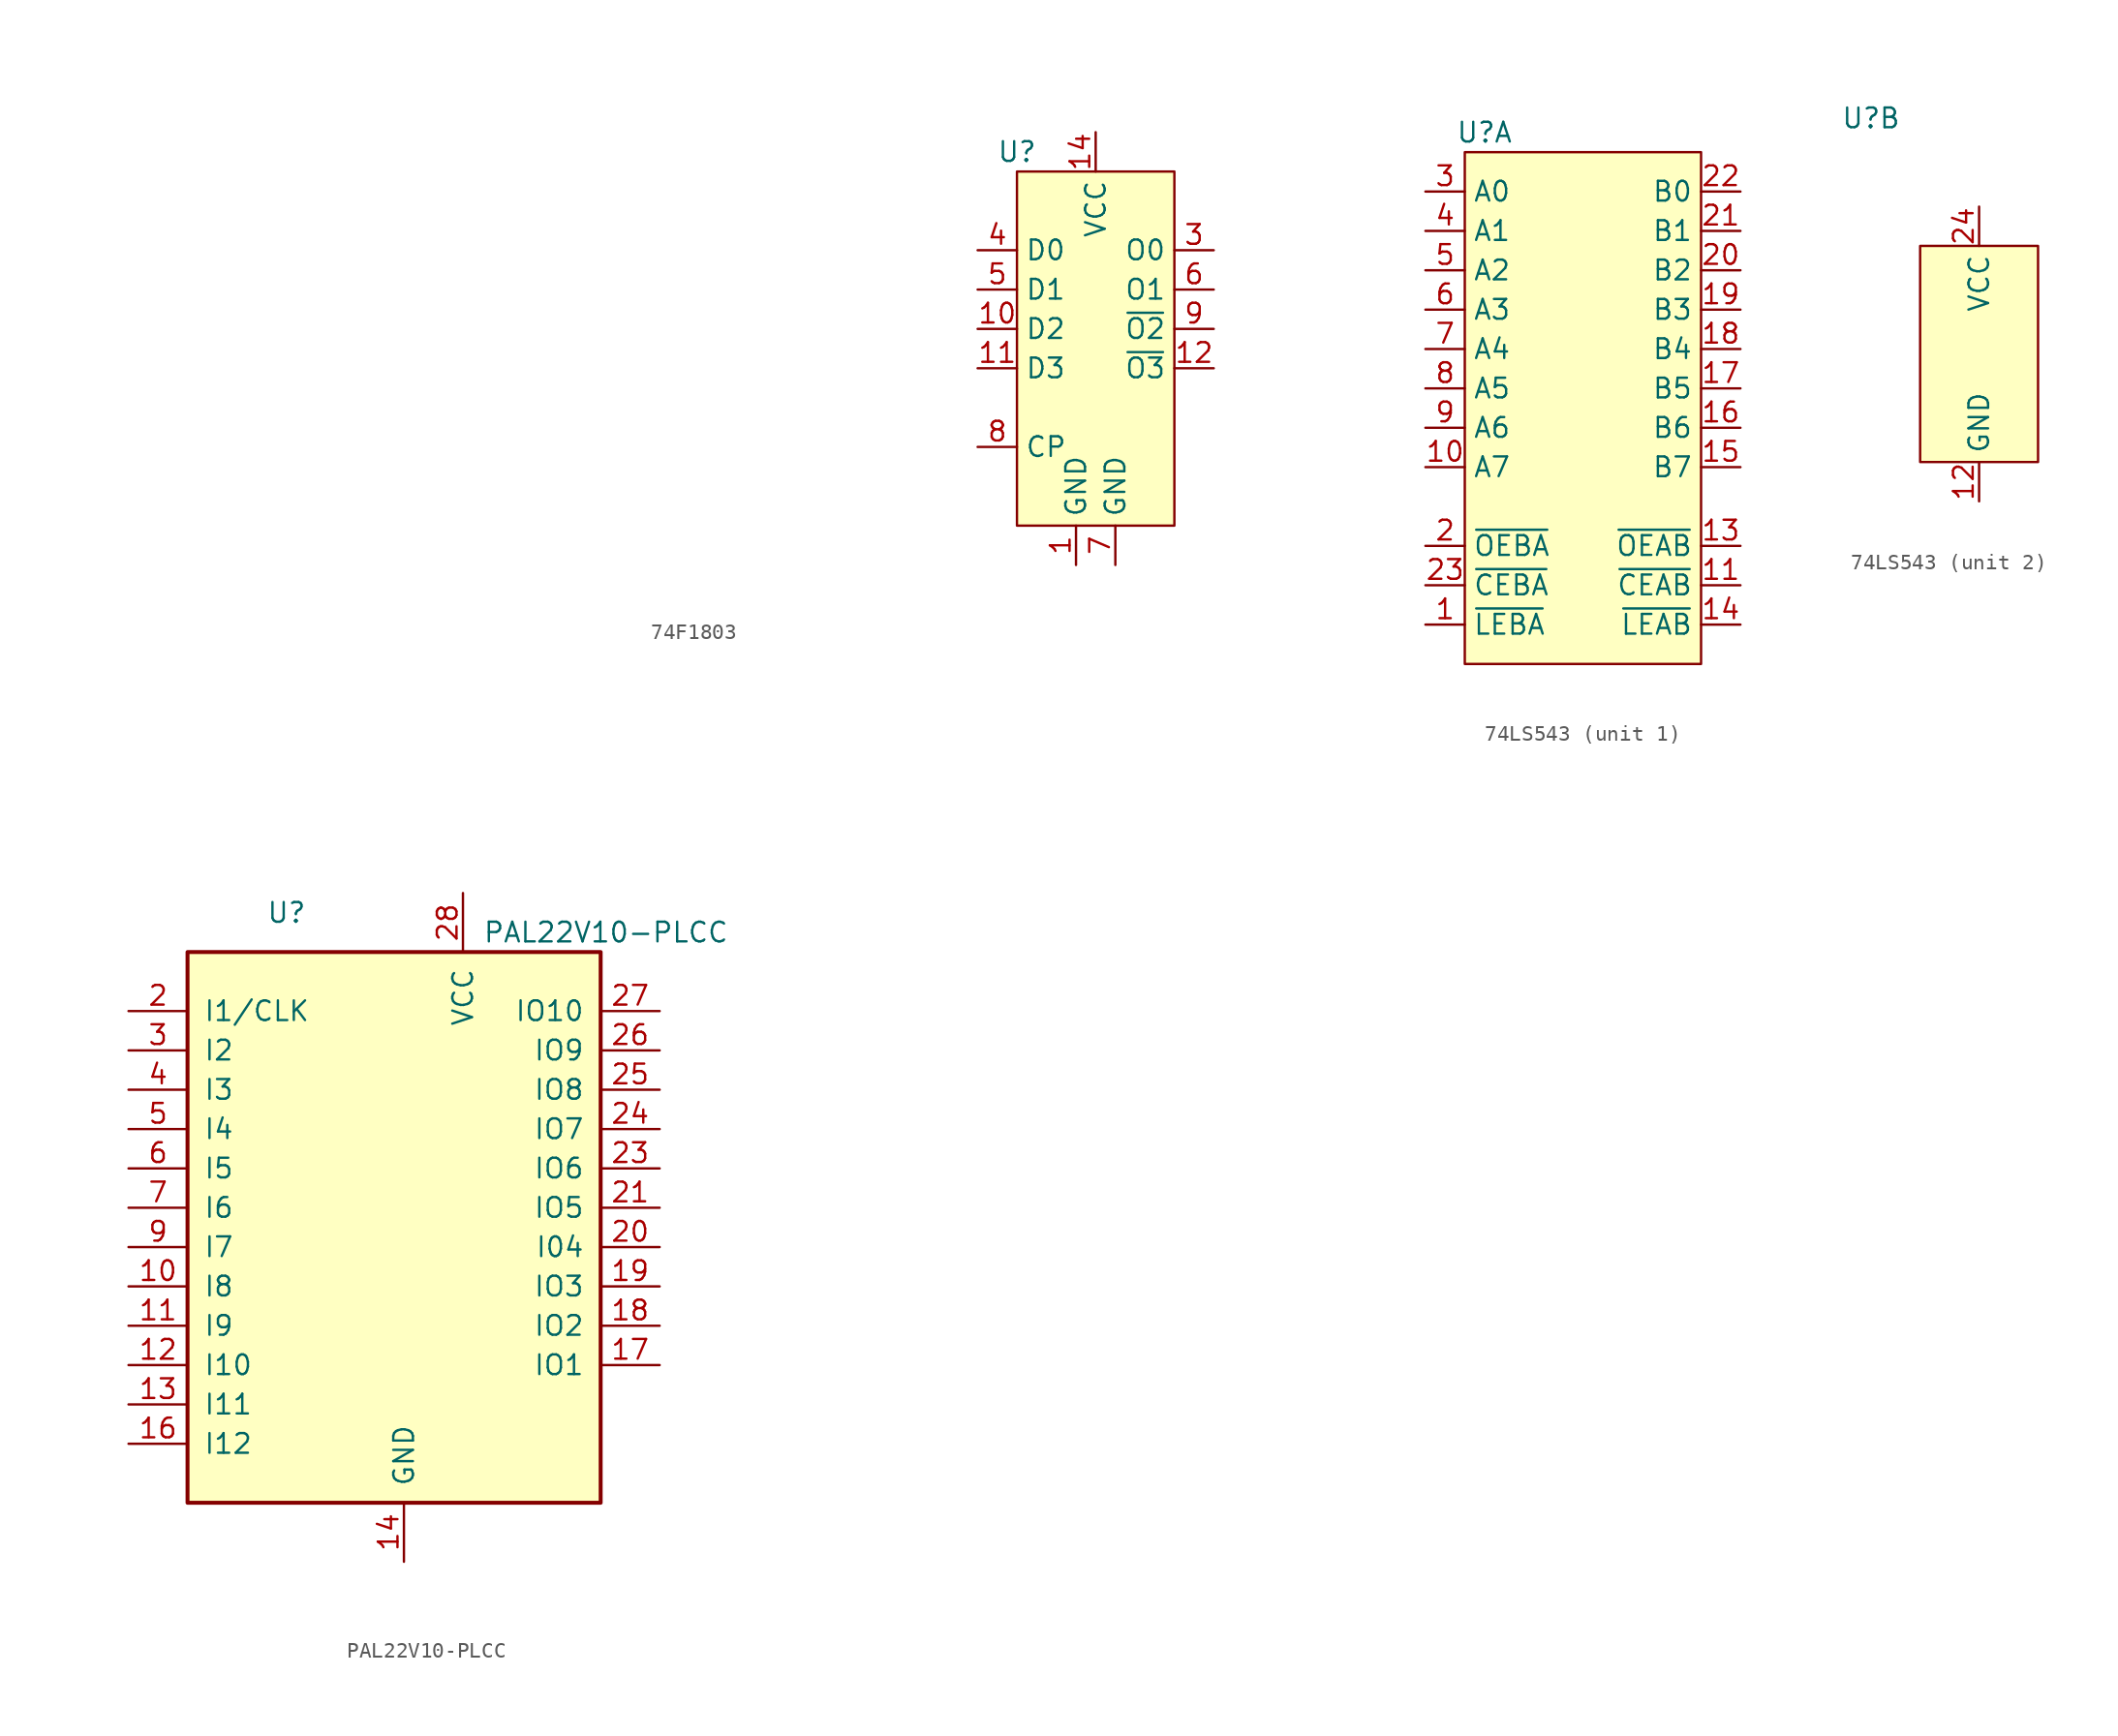
<source format=kicad_sym>
(kicad_symbol_lib
  (version 20220914)
  (generator kicad_symbol_editor)
  (symbol "74F1803"
    (property "Reference" "U"
      (at -5.08 11.43 0)
      (effects (font (size 1.27 1.27))))
    (property "Value" ""
      (at -59.69 13.97 0)
      (effects (font (size 1.27 1.27))))
    (symbol "74F1803_0_0"
      (pin power_in line (at -1.27 -15.24 90) (length 2.54) (name "GND" (effects (font (size 1.27 1.27)))) (number "1" (effects (font (size 1.27 1.27)))))
      (pin input line (at -7.62 0 0) (length 2.54) (name "D2" (effects (font (size 1.27 1.27)))) (number "10" (effects (font (size 1.27 1.27)))))
      (pin input line (at -7.62 -2.54 0) (length 2.54) (name "D3" (effects (font (size 1.27 1.27)))) (number "11" (effects (font (size 1.27 1.27)))))
      (pin output line (at 7.62 -2.54 180) (length 2.54) (name "~{O3}" (effects (font (size 1.27 1.27)))) (number "12" (effects (font (size 1.27 1.27)))))
      (pin power_in line (at 0 12.7 270) (length 2.54) (name "VCC" (effects (font (size 1.27 1.27)))) (number "14" (effects (font (size 1.27 1.27)))))
      (pin output line (at 7.62 5.08 180) (length 2.54) (name "O0" (effects (font (size 1.27 1.27)))) (number "3" (effects (font (size 1.27 1.27)))))
      (pin input line (at -7.62 5.08 0) (length 2.54) (name "D0" (effects (font (size 1.27 1.27)))) (number "4" (effects (font (size 1.27 1.27)))))
      (pin input line (at -7.62 2.54 0) (length 2.54) (name "D1" (effects (font (size 1.27 1.27)))) (number "5" (effects (font (size 1.27 1.27)))))
      (pin output line (at 7.62 2.54 180) (length 2.54) (name "O1" (effects (font (size 1.27 1.27)))) (number "6" (effects (font (size 1.27 1.27)))))
      (pin power_in line (at 1.27 -15.24 90) (length 2.54) (name "GND" (effects (font (size 1.27 1.27)))) (number "7" (effects (font (size 1.27 1.27)))))
      (pin input line (at -7.62 -7.62 0) (length 2.54) (name "CP" (effects (font (size 1.27 1.27)))) (number "8" (effects (font (size 1.27 1.27)))))
      (pin output line (at 7.62 0 180) (length 2.54) (name "~{O2}" (effects (font (size 1.27 1.27)))) (number "9" (effects (font (size 1.27 1.27))))))
    (symbol "74F1803_1_0"
      (pin no_connect line (at 7.62 -7.62 180) (length 2.54) hide (name "NC" (effects (font (size 1.27 1.27)))) (number "13" (effects (font (size 1.27 1.27)))))
      (pin no_connect line (at 7.62 -5.08 180) (length 2.54) hide (name "NC" (effects (font (size 1.27 1.27)))) (number "2" (effects (font (size 1.27 1.27))))))
    (symbol "74F1803_1_1"
      (rectangle (start -5.08 10.16) (end 5.08 -12.7) (stroke (width 0) (type default)) (fill (type background)))))
  (symbol "74LS543"
    (property "Reference" "U"
      (at -6.985 15.24 0)
      (effects (font (size 1.27 1.27))))
    (property "Value" ""
      (at 0 0 0)
      (effects (font (size 1.27 1.27))))
    (property "ki_locked" ""
      (at 0 0 0)
      (effects (font (size 1.27 1.27))))
    (symbol "74LS543_1_1"
      (rectangle (start -8.255 13.97) (end 6.985 -19.05) (stroke (width 0) (type default)) (fill (type background)))
      (pin input line (at -10.795 -16.51 0) (length 2.54) (name "~{LEBA}" (effects (font (size 1.27 1.27)))) (number "1" (effects (font (size 1.27 1.27)))))
      (pin tri_state line (at -10.795 -6.35 0) (length 2.54) (name "A7" (effects (font (size 1.27 1.27)))) (number "10" (effects (font (size 1.27 1.27)))))
      (pin input line (at 9.525 -13.97 180) (length 2.54) (name "~{CEAB}" (effects (font (size 1.27 1.27)))) (number "11" (effects (font (size 1.27 1.27)))))
      (pin input line (at 9.525 -11.43 180) (length 2.54) (name "~{OEAB}" (effects (font (size 1.27 1.27)))) (number "13" (effects (font (size 1.27 1.27)))))
      (pin input line (at 9.525 -16.51 180) (length 2.54) (name "~{LEAB}" (effects (font (size 1.27 1.27)))) (number "14" (effects (font (size 1.27 1.27)))))
      (pin tri_state line (at 9.525 -6.35 180) (length 2.54) (name "B7" (effects (font (size 1.27 1.27)))) (number "15" (effects (font (size 1.27 1.27)))))
      (pin tri_state line (at 9.525 -3.81 180) (length 2.54) (name "B6" (effects (font (size 1.27 1.27)))) (number "16" (effects (font (size 1.27 1.27)))))
      (pin tri_state line (at 9.525 -1.27 180) (length 2.54) (name "B5" (effects (font (size 1.27 1.27)))) (number "17" (effects (font (size 1.27 1.27)))))
      (pin tri_state line (at 9.525 1.27 180) (length 2.54) (name "B4" (effects (font (size 1.27 1.27)))) (number "18" (effects (font (size 1.27 1.27)))))
      (pin tri_state line (at 9.525 3.81 180) (length 2.54) (name "B3" (effects (font (size 1.27 1.27)))) (number "19" (effects (font (size 1.27 1.27)))))
      (pin input line (at -10.795 -11.43 0) (length 2.54) (name "~{OEBA}" (effects (font (size 1.27 1.27)))) (number "2" (effects (font (size 1.27 1.27)))))
      (pin tri_state line (at 9.525 6.35 180) (length 2.54) (name "B2" (effects (font (size 1.27 1.27)))) (number "20" (effects (font (size 1.27 1.27)))))
      (pin tri_state line (at 9.525 8.89 180) (length 2.54) (name "B1" (effects (font (size 1.27 1.27)))) (number "21" (effects (font (size 1.27 1.27)))))
      (pin tri_state line (at 9.525 11.43 180) (length 2.54) (name "B0" (effects (font (size 1.27 1.27)))) (number "22" (effects (font (size 1.27 1.27)))))
      (pin input line (at -10.795 -13.97 0) (length 2.54) (name "~{CEBA}" (effects (font (size 1.27 1.27)))) (number "23" (effects (font (size 1.27 1.27)))))
      (pin tri_state line (at -10.795 11.43 0) (length 2.54) (name "A0" (effects (font (size 1.27 1.27)))) (number "3" (effects (font (size 1.27 1.27)))))
      (pin tri_state line (at -10.795 8.89 0) (length 2.54) (name "A1" (effects (font (size 1.27 1.27)))) (number "4" (effects (font (size 1.27 1.27)))))
      (pin tri_state line (at -10.795 6.35 0) (length 2.54) (name "A2" (effects (font (size 1.27 1.27)))) (number "5" (effects (font (size 1.27 1.27)))))
      (pin tri_state line (at -10.795 3.81 0) (length 2.54) (name "A3" (effects (font (size 1.27 1.27)))) (number "6" (effects (font (size 1.27 1.27)))))
      (pin tri_state line (at -10.795 1.27 0) (length 2.54) (name "A4" (effects (font (size 1.27 1.27)))) (number "7" (effects (font (size 1.27 1.27)))))
      (pin tri_state line (at -10.795 -1.27 0) (length 2.54) (name "A5" (effects (font (size 1.27 1.27)))) (number "8" (effects (font (size 1.27 1.27)))))
      (pin tri_state line (at -10.795 -3.81 0) (length 2.54) (name "A6" (effects (font (size 1.27 1.27)))) (number "9" (effects (font (size 1.27 1.27))))))
    (symbol "74LS543_2_1"
      (rectangle (start -3.81 6.985) (end 3.81 -6.985) (stroke (width 0) (type default)) (fill (type background)))
      (pin power_in line (at 0 -9.525 90) (length 2.54) (name "GND" (effects (font (size 1.27 1.27)))) (number "12" (effects (font (size 1.27 1.27)))))
      (pin power_in line (at 0 9.525 270) (length 2.54) (name "VCC" (effects (font (size 1.27 1.27)))) (number "24" (effects (font (size 1.27 1.27)))))))
  (symbol "PAL22V10-PLCC"
    (pin_names
      (offset 1.016))
    (property "Reference" "U"
      (at -8.89 21.59 0)
      (effects (font (size 1.27 1.27)) (justify left)))
    (property "Value" "PAL22V10-PLCC"
      (at 5.08 20.32 0)
      (effects (font (size 1.27 1.27)) (justify left)))
    (symbol "PAL22V10-PLCC_0_0"
      (pin power_in line (at 0 -20.32 90) (length 3.81) (name "GND" (effects (font (size 1.27 1.27)))) (number "14" (effects (font (size 1.27 1.27))))))
    (symbol "PAL22V10-PLCC_0_1"
      (rectangle (start -13.97 19.05) (end 12.7 -16.51) (stroke (width 0.254) (type default)) (fill (type background))))
    (symbol "PAL22V10-PLCC_1_0"
      (pin no_connect line (at 0 22.86 270) (length 3.81) hide (name "NC" (effects (font (size 1.27 1.27)))) (number "1" (effects (font (size 1.27 1.27)))))
      (pin tri_state line (at 16.51 10.16 180) (length 3.81) (name "IO8" (effects (font (size 1.27 1.27)))) (number "25" (effects (font (size 1.27 1.27)))))
      (pin tri_state line (at 16.51 12.7 180) (length 3.81) (name "IO9" (effects (font (size 1.27 1.27)))) (number "26" (effects (font (size 1.27 1.27)))))
      (pin tri_state line (at 16.51 15.24 180) (length 3.81) (name "IO10" (effects (font (size 1.27 1.27)))) (number "27" (effects (font (size 1.27 1.27)))))
      (pin power_in line (at 3.81 22.86 270) (length 3.81) (name "VCC" (effects (font (size 1.27 1.27)))) (number "28" (effects (font (size 1.27 1.27)))))
      (pin no_connect line (at -2.54 -20.32 90) (length 3.81) hide (name "NC" (effects (font (size 1.27 1.27)))) (number "8" (effects (font (size 1.27 1.27))))))
    (symbol "PAL22V10-PLCC_1_1"
      (pin input line (at -17.78 -2.54 0) (length 3.81) (name "I8" (effects (font (size 1.27 1.27)))) (number "10" (effects (font (size 1.27 1.27)))))
      (pin input line (at -17.78 -5.08 0) (length 3.81) (name "I9" (effects (font (size 1.27 1.27)))) (number "11" (effects (font (size 1.27 1.27)))))
      (pin input line (at -17.78 -7.62 0) (length 3.81) (name "I10" (effects (font (size 1.27 1.27)))) (number "12" (effects (font (size 1.27 1.27)))))
      (pin input line (at -17.78 -10.16 0) (length 3.81) (name "I11" (effects (font (size 1.27 1.27)))) (number "13" (effects (font (size 1.27 1.27)))))
      (pin no_connect line (at 5.08 -20.32 90) (length 3.81) hide (name "NC" (effects (font (size 1.27 1.27)))) (number "15" (effects (font (size 1.27 1.27)))))
      (pin input line (at -17.78 -12.7 0) (length 3.81) (name "I12" (effects (font (size 1.27 1.27)))) (number "16" (effects (font (size 1.27 1.27)))))
      (pin tri_state line (at 16.51 -7.62 180) (length 3.81) (name "IO1" (effects (font (size 1.27 1.27)))) (number "17" (effects (font (size 1.27 1.27)))))
      (pin tri_state line (at 16.51 -5.08 180) (length 3.81) (name "IO2" (effects (font (size 1.27 1.27)))) (number "18" (effects (font (size 1.27 1.27)))))
      (pin tri_state line (at 16.51 -2.54 180) (length 3.81) (name "IO3" (effects (font (size 1.27 1.27)))) (number "19" (effects (font (size 1.27 1.27)))))
      (pin input line (at -17.78 15.24 0) (length 3.81) (name "I1/CLK" (effects (font (size 1.27 1.27)))) (number "2" (effects (font (size 1.27 1.27)))))
      (pin tri_state line (at 16.51 0 180) (length 3.81) (name "I04" (effects (font (size 1.27 1.27)))) (number "20" (effects (font (size 1.27 1.27)))))
      (pin tri_state line (at 16.51 2.54 180) (length 3.81) (name "IO5" (effects (font (size 1.27 1.27)))) (number "21" (effects (font (size 1.27 1.27)))))
      (pin no_connect line (at 2.54 -20.32 90) (length 3.81) hide (name "NC" (effects (font (size 1.27 1.27)))) (number "22" (effects (font (size 1.27 1.27)))))
      (pin tri_state line (at 16.51 5.08 180) (length 3.81) (name "IO6" (effects (font (size 1.27 1.27)))) (number "23" (effects (font (size 1.27 1.27)))))
      (pin tri_state line (at 16.51 7.62 180) (length 3.81) (name "IO7" (effects (font (size 1.27 1.27)))) (number "24" (effects (font (size 1.27 1.27)))))
      (pin input line (at -17.78 12.7 0) (length 3.81) (name "I2" (effects (font (size 1.27 1.27)))) (number "3" (effects (font (size 1.27 1.27)))))
      (pin input line (at -17.78 10.16 0) (length 3.81) (name "I3" (effects (font (size 1.27 1.27)))) (number "4" (effects (font (size 1.27 1.27)))))
      (pin input line (at -17.78 7.62 0) (length 3.81) (name "I4" (effects (font (size 1.27 1.27)))) (number "5" (effects (font (size 1.27 1.27)))))
      (pin input line (at -17.78 5.08 0) (length 3.81) (name "I5" (effects (font (size 1.27 1.27)))) (number "6" (effects (font (size 1.27 1.27)))))
      (pin input line (at -17.78 2.54 0) (length 3.81) (name "I6" (effects (font (size 1.27 1.27)))) (number "7" (effects (font (size 1.27 1.27)))))
      (pin input line (at -17.78 0 0) (length 3.81) (name "I7" (effects (font (size 1.27 1.27)))) (number "9" (effects (font (size 1.27 1.27))))))))
</source>
